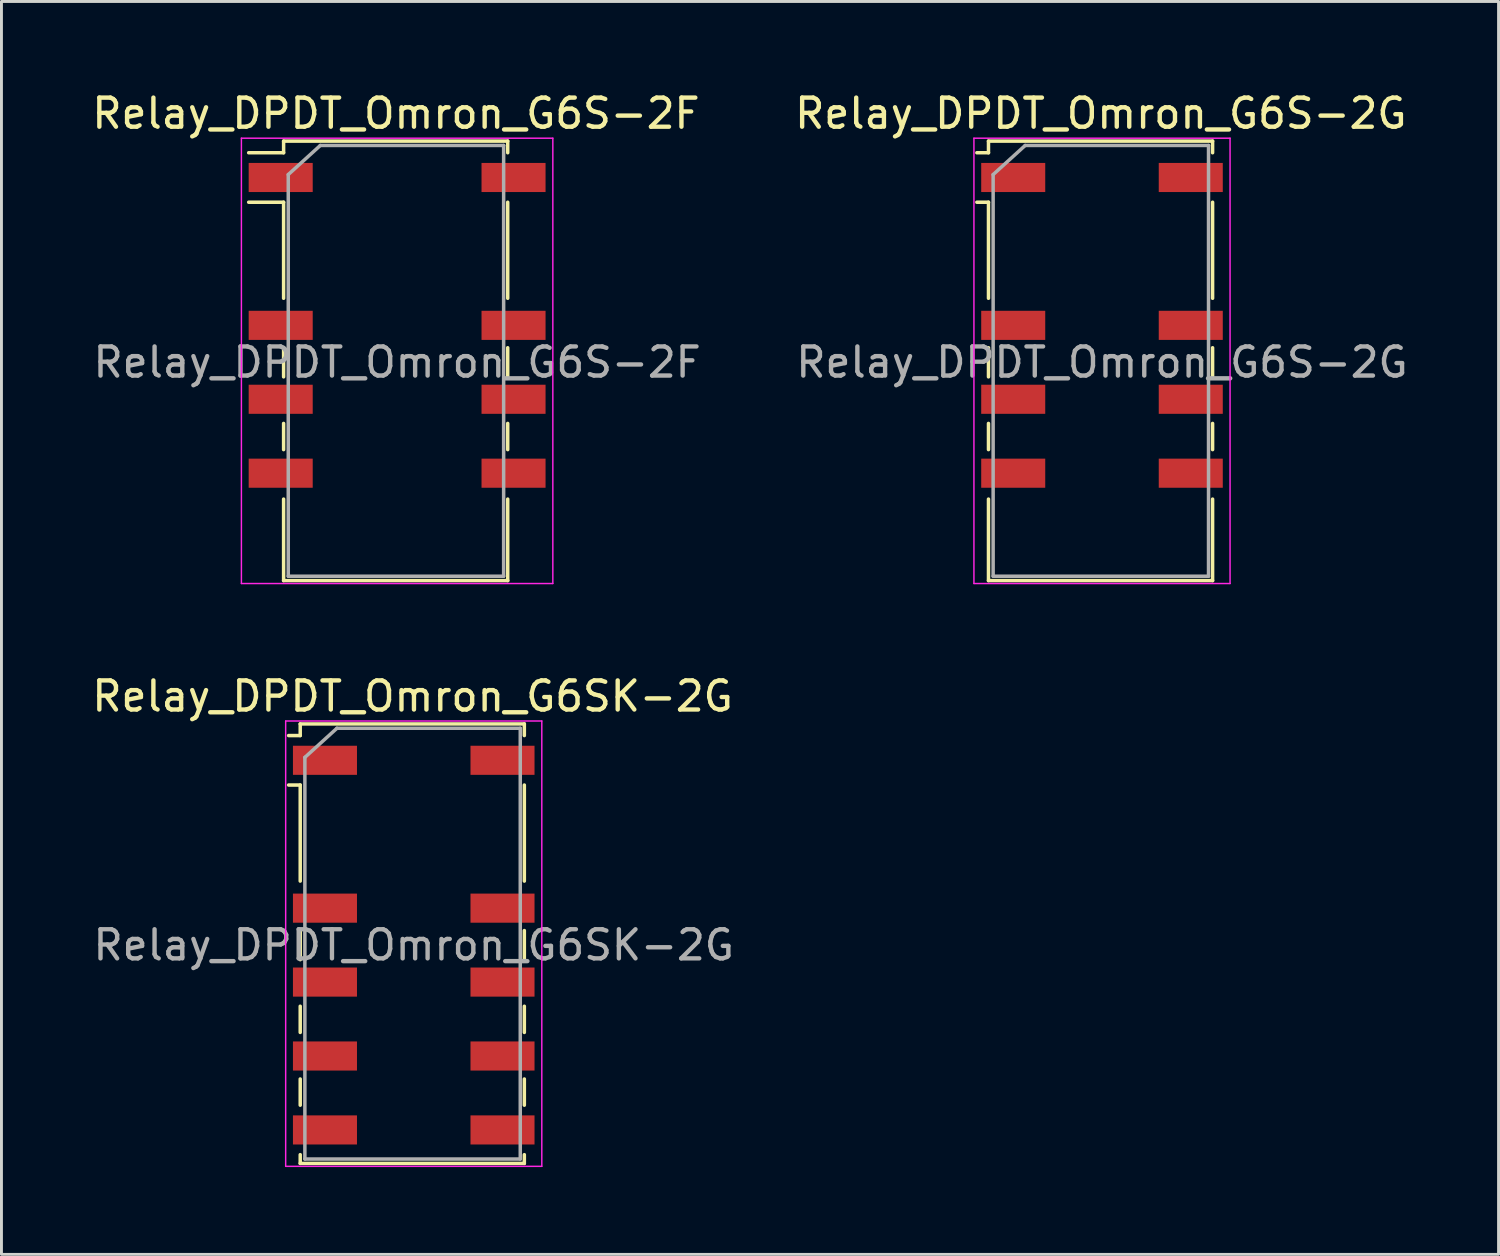
<source format=kicad_pcb>
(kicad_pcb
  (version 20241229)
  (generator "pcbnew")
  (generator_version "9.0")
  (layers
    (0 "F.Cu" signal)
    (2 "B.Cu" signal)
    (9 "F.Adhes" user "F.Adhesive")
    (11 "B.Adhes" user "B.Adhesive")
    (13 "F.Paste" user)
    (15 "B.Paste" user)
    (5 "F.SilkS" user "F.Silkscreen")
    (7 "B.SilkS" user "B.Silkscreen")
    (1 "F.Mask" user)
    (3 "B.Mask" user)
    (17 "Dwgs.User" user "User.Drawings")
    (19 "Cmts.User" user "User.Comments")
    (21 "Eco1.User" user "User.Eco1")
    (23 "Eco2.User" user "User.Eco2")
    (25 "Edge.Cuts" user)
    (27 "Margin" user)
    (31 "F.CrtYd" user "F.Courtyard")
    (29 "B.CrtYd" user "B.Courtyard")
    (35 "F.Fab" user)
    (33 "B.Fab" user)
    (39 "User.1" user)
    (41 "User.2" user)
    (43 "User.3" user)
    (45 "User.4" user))
  (footprint "Relay_DPDT_Omron_G6S-2G"
    (layer "F.Cu")
    (at 34.812 9.398)
    (property "Reference" "Relay_DPDT_Omron_G6S-2G" (at -0.04 -8.55 0) (layer "F.SilkS") (effects (font (size 1 1) (thickness 0.15))))
    (attr smd)
    (fp_line (start -4.3 -7.2) (end -3.9 -7.2) (stroke (width 0.12) (type solid)) (layer "F.SilkS"))
    (fp_line (start -3.9 -7.6) (end 3.8 -7.6) (stroke (width 0.12) (type solid)) (layer "F.SilkS"))
    (fp_line (start -3.9 -7.2) (end -3.9 -7.6) (stroke (width 0.12) (type solid)) (layer "F.SilkS"))
    (fp_line (start -3.9 -5.5) (end -4.3 -5.5) (stroke (width 0.12) (type solid)) (layer "F.SilkS"))
    (fp_line (start -3.9 -5.5) (end -3.9 -2.2) (stroke (width 0.12) (type solid)) (layer "F.SilkS"))
    (fp_line (start -3.9 -0.5) (end -3.9 0.5) (stroke (width 0.12) (type solid)) (layer "F.SilkS"))
    (fp_line (start -3.9 2.1) (end -3.9 3) (stroke (width 0.12) (type solid)) (layer "F.SilkS"))
    (fp_line (start -3.9 4.7) (end -3.9 7.5) (stroke (width 0.12) (type solid)) (layer "F.SilkS"))
    (fp_line (start -3.9 7.5) (end 3.8 7.5) (stroke (width 0.12) (type solid)) (layer "F.SilkS"))
    (fp_line (start 3.8 -7.6) (end 3.8 -7.2) (stroke (width 0.12) (type solid)) (layer "F.SilkS"))
    (fp_line (start 3.8 -5.5) (end 3.8 -2.2) (stroke (width 0.12) (type solid)) (layer "F.SilkS"))
    (fp_line (start 3.8 0.5) (end 3.8 -0.5) (stroke (width 0.12) (type solid)) (layer "F.SilkS"))
    (fp_line (start 3.8 3) (end 3.8 2.1) (stroke (width 0.12) (type solid)) (layer "F.SilkS"))
    (fp_line (start 3.8 7.5) (end 3.8 4.7) (stroke (width 0.12) (type solid)) (layer "F.SilkS"))
    (fp_line (start -4.4 -7.7) (end -4.4 7.6) (stroke (width 0.05) (type solid)) (layer "F.CrtYd"))
    (fp_line (start -4.4 -7.7) (end 4.4 -7.7) (stroke (width 0.05) (type solid)) (layer "F.CrtYd"))
    (fp_line (start 4.4 7.6) (end -4.4 7.6) (stroke (width 0.05) (type solid)) (layer "F.CrtYd"))
    (fp_line (start 4.4 7.6) (end 4.4 -7.7) (stroke (width 0.05) (type solid)) (layer "F.CrtYd"))
    (fp_line (start -3.74 -6.45) (end -2.64 -7.45) (stroke (width 0.12) (type solid)) (layer "F.Fab"))
    (fp_line (start -3.74 7.35) (end -3.74 -6.45) (stroke (width 0.12) (type solid)) (layer "F.Fab"))
    (fp_line (start -2.64 -7.45) (end 3.66 -7.45) (stroke (width 0.12) (type solid)) (layer "F.Fab"))
    (fp_line (start 3.66 -7.45) (end 3.66 7.35) (stroke (width 0.12) (type solid)) (layer "F.Fab"))
    (fp_line (start 3.66 7.35) (end -3.74 7.35) (stroke (width 0.12) (type solid)) (layer "F.Fab"))
    (fp_text user "${REFERENCE}" (at 0 0 0) (layer "F.Fab") (effects (font (size 1 1) (thickness 0.15))))
    (pad "1" smd rect (at -3.05 -6.35) (size 2.2 1) (layers "F.Cu" "F.Mask" "F.Paste"))
    (pad "3" smd rect (at -3.05 -1.27) (size 2.2 1) (layers "F.Cu" "F.Mask" "F.Paste"))
    (pad "4" smd rect (at -3.05 1.27) (size 2.2 1) (layers "F.Cu" "F.Mask" "F.Paste"))
    (pad "5" smd rect (at -3.05 3.81) (size 2.2 1) (layers "F.Cu" "F.Mask" "F.Paste"))
    (pad "8" smd rect (at 3.05 3.81) (size 2.2 1) (layers "F.Cu" "F.Mask" "F.Paste"))
    (pad "9" smd rect (at 3.05 1.27) (size 2.2 1) (layers "F.Cu" "F.Mask" "F.Paste"))
    (pad "10" smd rect (at 3.05 -1.27) (size 2.2 1) (layers "F.Cu" "F.Mask" "F.Paste"))
    (pad "12" smd rect (at 3.05 -6.35) (size 2.2 1) (layers "F.Cu" "F.Mask" "F.Paste")))
  (footprint "Relay_DPDT_Omron_G6S-2F"
    (layer "F.Cu")
    (at 10.594 9.398)
    (property "Reference" "Relay_DPDT_Omron_G6S-2F" (at -0.04 -8.55 0) (layer "F.SilkS") (effects (font (size 1 1) (thickness 0.15))))
    (attr smd)
    (fp_line (start -5.1 -7.2) (end -3.9 -7.2) (stroke (width 0.12) (type solid)) (layer "F.SilkS"))
    (fp_line (start -3.9 -7.6) (end 3.8 -7.6) (stroke (width 0.12) (type solid)) (layer "F.SilkS"))
    (fp_line (start -3.9 -7.2) (end -3.9 -7.6) (stroke (width 0.12) (type solid)) (layer "F.SilkS"))
    (fp_line (start -3.9 -5.5) (end -5.1 -5.5) (stroke (width 0.12) (type solid)) (layer "F.SilkS"))
    (fp_line (start -3.9 -5.5) (end -3.9 -2.2) (stroke (width 0.12) (type solid)) (layer "F.SilkS"))
    (fp_line (start -3.9 -0.5) (end -3.9 0.5) (stroke (width 0.12) (type solid)) (layer "F.SilkS"))
    (fp_line (start -3.9 2.1) (end -3.9 3) (stroke (width 0.12) (type solid)) (layer "F.SilkS"))
    (fp_line (start -3.9 4.7) (end -3.9 7.5) (stroke (width 0.12) (type solid)) (layer "F.SilkS"))
    (fp_line (start -3.9 7.5) (end 3.8 7.5) (stroke (width 0.12) (type solid)) (layer "F.SilkS"))
    (fp_line (start 3.8 -7.6) (end 3.8 -7.2) (stroke (width 0.12) (type solid)) (layer "F.SilkS"))
    (fp_line (start 3.8 -5.5) (end 3.8 -2.2) (stroke (width 0.12) (type solid)) (layer "F.SilkS"))
    (fp_line (start 3.8 0.5) (end 3.8 -0.5) (stroke (width 0.12) (type solid)) (layer "F.SilkS"))
    (fp_line (start 3.8 3) (end 3.8 2.1) (stroke (width 0.12) (type solid)) (layer "F.SilkS"))
    (fp_line (start 3.8 7.5) (end 3.8 4.7) (stroke (width 0.12) (type solid)) (layer "F.SilkS"))
    (fp_line (start -5.35 -7.7) (end -5.35 7.6) (stroke (width 0.05) (type solid)) (layer "F.CrtYd"))
    (fp_line (start -5.35 -7.7) (end 5.35 -7.7) (stroke (width 0.05) (type solid)) (layer "F.CrtYd"))
    (fp_line (start 5.35 7.6) (end -5.35 7.6) (stroke (width 0.05) (type solid)) (layer "F.CrtYd"))
    (fp_line (start 5.35 7.6) (end 5.35 -7.7) (stroke (width 0.05) (type solid)) (layer "F.CrtYd"))
    (fp_line (start -3.74 -6.45) (end -2.64 -7.45) (stroke (width 0.12) (type solid)) (layer "F.Fab"))
    (fp_line (start -3.74 7.35) (end -3.74 -6.45) (stroke (width 0.12) (type solid)) (layer "F.Fab"))
    (fp_line (start -2.64 -7.45) (end 3.66 -7.45) (stroke (width 0.12) (type solid)) (layer "F.Fab"))
    (fp_line (start 3.66 -7.45) (end 3.66 7.35) (stroke (width 0.12) (type solid)) (layer "F.Fab"))
    (fp_line (start 3.66 7.35) (end -3.74 7.35) (stroke (width 0.12) (type solid)) (layer "F.Fab"))
    (fp_text user "${REFERENCE}" (at 0 0 0) (layer "F.Fab") (effects (font (size 1 1) (thickness 0.15))))
    (pad "1" smd rect (at -4 -6.35) (size 2.2 1) (layers "F.Cu" "F.Mask" "F.Paste"))
    (pad "3" smd rect (at -4 -1.27) (size 2.2 1) (layers "F.Cu" "F.Mask" "F.Paste"))
    (pad "4" smd rect (at -4 1.27) (size 2.2 1) (layers "F.Cu" "F.Mask" "F.Paste"))
    (pad "5" smd rect (at -4 3.81) (size 2.2 1) (layers "F.Cu" "F.Mask" "F.Paste"))
    (pad "8" smd rect (at 4 3.81) (size 2.2 1) (layers "F.Cu" "F.Mask" "F.Paste"))
    (pad "9" smd rect (at 4 1.27) (size 2.2 1) (layers "F.Cu" "F.Mask" "F.Paste"))
    (pad "10" smd rect (at 4 -1.27) (size 2.2 1) (layers "F.Cu" "F.Mask" "F.Paste"))
    (pad "12" smd rect (at 4 -6.35) (size 2.2 1) (layers "F.Cu" "F.Mask" "F.Paste")))
  (footprint "Relay_DPDT_Omron_G6SK-2G"
    (layer "F.Cu")
    (at 11.165 29.422)
    (property "Reference" "Relay_DPDT_Omron_G6SK-2G" (at -0.04 -8.55 0) (layer "F.SilkS") (effects (font (size 1 1) (thickness 0.15))))
    (attr smd)
    (fp_line (start -4.3 -7.2) (end -3.9 -7.2) (stroke (width 0.12) (type solid)) (layer "F.SilkS"))
    (fp_line (start -3.9 -7.6) (end 3.8 -7.6) (stroke (width 0.12) (type solid)) (layer "F.SilkS"))
    (fp_line (start -3.9 -7.2) (end -3.9 -7.6) (stroke (width 0.12) (type solid)) (layer "F.SilkS"))
    (fp_line (start -3.9 -5.5) (end -4.3 -5.5) (stroke (width 0.12) (type solid)) (layer "F.SilkS"))
    (fp_line (start -3.9 -5.5) (end -3.9 -2.2) (stroke (width 0.12) (type solid)) (layer "F.SilkS"))
    (fp_line (start -3.9 -0.5) (end -3.9 0.5) (stroke (width 0.12) (type solid)) (layer "F.SilkS"))
    (fp_line (start -3.9 2.1) (end -3.9 3) (stroke (width 0.12) (type solid)) (layer "F.SilkS"))
    (fp_line (start -3.9 5.5) (end -3.9 4.6) (stroke (width 0.12) (type solid)) (layer "F.SilkS"))
    (fp_line (start -3.9 7.2) (end -3.9 7.5) (stroke (width 0.12) (type solid)) (layer "F.SilkS"))
    (fp_line (start -3.9 7.5) (end 3.8 7.5) (stroke (width 0.12) (type solid)) (layer "F.SilkS"))
    (fp_line (start 3.8 -7.6) (end 3.8 -7.2) (stroke (width 0.12) (type solid)) (layer "F.SilkS"))
    (fp_line (start 3.8 -5.5) (end 3.8 -2.2) (stroke (width 0.12) (type solid)) (layer "F.SilkS"))
    (fp_line (start 3.8 0.5) (end 3.8 -0.5) (stroke (width 0.12) (type solid)) (layer "F.SilkS"))
    (fp_line (start 3.8 3) (end 3.8 2.1) (stroke (width 0.12) (type solid)) (layer "F.SilkS"))
    (fp_line (start 3.8 4.6) (end 3.8 5.5) (stroke (width 0.12) (type solid)) (layer "F.SilkS"))
    (fp_line (start 3.8 7.5) (end 3.8 7.2) (stroke (width 0.12) (type solid)) (layer "F.SilkS"))
    (fp_line (start -4.4 -7.7) (end -4.4 7.6) (stroke (width 0.05) (type solid)) (layer "F.CrtYd"))
    (fp_line (start -4.4 -7.7) (end 4.4 -7.7) (stroke (width 0.05) (type solid)) (layer "F.CrtYd"))
    (fp_line (start 4.4 7.6) (end -4.4 7.6) (stroke (width 0.05) (type solid)) (layer "F.CrtYd"))
    (fp_line (start 4.4 7.6) (end 4.4 -7.7) (stroke (width 0.05) (type solid)) (layer "F.CrtYd"))
    (fp_line (start -3.74 -6.45) (end -2.64 -7.45) (stroke (width 0.12) (type solid)) (layer "F.Fab"))
    (fp_line (start -3.74 7.35) (end -3.74 -6.45) (stroke (width 0.12) (type solid)) (layer "F.Fab"))
    (fp_line (start -2.64 -7.45) (end 3.66 -7.45) (stroke (width 0.12) (type solid)) (layer "F.Fab"))
    (fp_line (start 3.66 -7.45) (end 3.66 7.35) (stroke (width 0.12) (type solid)) (layer "F.Fab"))
    (fp_line (start 3.66 7.35) (end -3.74 7.35) (stroke (width 0.12) (type solid)) (layer "F.Fab"))
    (fp_text user "${REFERENCE}" (at 0 0 0) (layer "F.Fab") (effects (font (size 1 1) (thickness 0.15))))
    (pad "1" smd rect (at -3.05 -6.35) (size 2.2 1) (layers "F.Cu" "F.Mask" "F.Paste"))
    (pad "3" smd rect (at -3.05 -1.27) (size 2.2 1) (layers "F.Cu" "F.Mask" "F.Paste"))
    (pad "4" smd rect (at -3.05 1.27) (size 2.2 1) (layers "F.Cu" "F.Mask" "F.Paste"))
    (pad "5" smd rect (at -3.05 3.81) (size 2.2 1) (layers "F.Cu" "F.Mask" "F.Paste"))
    (pad "6" smd rect (at -3.05 6.35) (size 2.2 1) (layers "F.Cu" "F.Mask" "F.Paste"))
    (pad "7" smd rect (at 3.05 6.35) (size 2.2 1) (layers "F.Cu" "F.Mask" "F.Paste"))
    (pad "8" smd rect (at 3.05 3.81) (size 2.2 1) (layers "F.Cu" "F.Mask" "F.Paste"))
    (pad "9" smd rect (at 3.05 1.27) (size 2.2 1) (layers "F.Cu" "F.Mask" "F.Paste"))
    (pad "10" smd rect (at 3.05 -1.27) (size 2.2 1) (layers "F.Cu" "F.Mask" "F.Paste"))
    (pad "12" smd rect (at 3.05 -6.35) (size 2.2 1) (layers "F.Cu" "F.Mask" "F.Paste")))
  (gr_rect
    (start -3 -3)
    (end 48.437 40.047)
    (stroke (width 0.1) (type default))
    (fill no)
    (layer "Edge.Cuts")))
</source>
